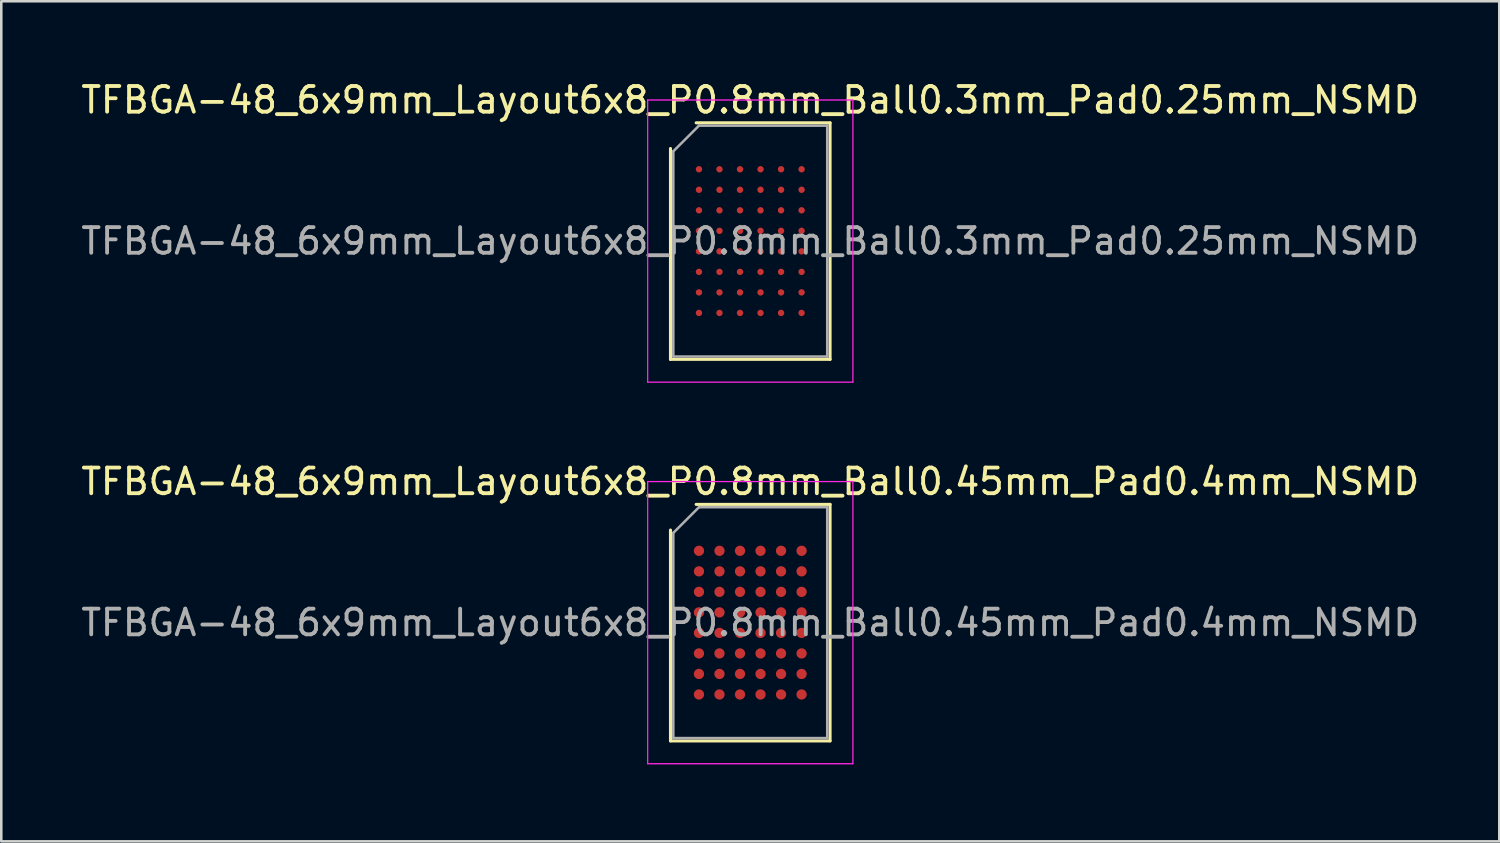
<source format=kicad_pcb>
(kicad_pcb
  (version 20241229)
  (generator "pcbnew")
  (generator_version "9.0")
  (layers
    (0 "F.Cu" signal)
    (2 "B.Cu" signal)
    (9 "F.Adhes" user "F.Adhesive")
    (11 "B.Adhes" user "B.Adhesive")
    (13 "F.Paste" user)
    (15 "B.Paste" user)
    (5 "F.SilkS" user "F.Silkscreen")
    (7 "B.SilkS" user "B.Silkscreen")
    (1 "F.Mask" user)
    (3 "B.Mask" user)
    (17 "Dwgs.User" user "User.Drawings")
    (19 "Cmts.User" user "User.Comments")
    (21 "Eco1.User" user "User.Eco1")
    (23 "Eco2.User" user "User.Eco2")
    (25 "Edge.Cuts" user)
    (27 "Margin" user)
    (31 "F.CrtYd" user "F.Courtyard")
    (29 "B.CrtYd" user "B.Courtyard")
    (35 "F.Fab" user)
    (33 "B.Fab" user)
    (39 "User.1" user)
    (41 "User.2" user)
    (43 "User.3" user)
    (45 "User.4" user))
  (footprint "TFBGA-48_6x9mm_Layout6x8_P0.8mm_Ball0.45mm_Pad0.4mm_NSMD"
    (layer "F.Cu")
    (at 26.196 21.221)
    (property "Reference" "TFBGA-48_6x9mm_Layout6x8_P0.8mm_Ball0.45mm_Pad0.4mm_NSMD" (at 0 -5.5 0) (layer "F.SilkS") (effects (font (size 1 1) (thickness 0.15))))
    (attr smd)
    (fp_line (start -3.11 4.61) (end -3.11 -3.61) (stroke (width 0.12) (type solid)) (layer "F.SilkS"))
    (fp_line (start -2.11 -4.61) (end 3.11 -4.61) (stroke (width 0.12) (type solid)) (layer "F.SilkS"))
    (fp_line (start 3.11 -4.61) (end 3.11 4.61) (stroke (width 0.12) (type solid)) (layer "F.SilkS"))
    (fp_line (start 3.11 4.61) (end -3.11 4.61) (stroke (width 0.12) (type solid)) (layer "F.SilkS"))
    (fp_line (start -4 -5.5) (end -4 5.5) (stroke (width 0.05) (type solid)) (layer "F.CrtYd"))
    (fp_line (start -4 5.5) (end 4 5.5) (stroke (width 0.05) (type solid)) (layer "F.CrtYd"))
    (fp_line (start 4 -5.5) (end -4 -5.5) (stroke (width 0.05) (type solid)) (layer "F.CrtYd"))
    (fp_line (start 4 5.5) (end 4 -5.5) (stroke (width 0.05) (type solid)) (layer "F.CrtYd"))
    (fp_line (start -3 -3.5) (end -2 -4.5) (stroke (width 0.1) (type solid)) (layer "F.Fab"))
    (fp_line (start -3 4.5) (end -3 -3.5) (stroke (width 0.1) (type solid)) (layer "F.Fab"))
    (fp_line (start -2 -4.5) (end 3 -4.5) (stroke (width 0.1) (type solid)) (layer "F.Fab"))
    (fp_line (start 3 -4.5) (end 3 4.5) (stroke (width 0.1) (type solid)) (layer "F.Fab"))
    (fp_line (start 3 4.5) (end -3 4.5) (stroke (width 0.1) (type solid)) (layer "F.Fab"))
    (fp_text user "${REFERENCE}" (at 0 0 0) (layer "F.Fab") (effects (font (size 1 1) (thickness 0.15))))
    (pad "A1" smd circle (at -2 -2.8) (size 0.4 0.4) (layers "F.Cu" "F.Mask" "F.Paste"))
    (pad "A2" smd circle (at -1.2 -2.8) (size 0.4 0.4) (layers "F.Cu" "F.Mask" "F.Paste"))
    (pad "A3" smd circle (at -0.4 -2.8) (size 0.4 0.4) (layers "F.Cu" "F.Mask" "F.Paste"))
    (pad "A4" smd circle (at 0.4 -2.8) (size 0.4 0.4) (layers "F.Cu" "F.Mask" "F.Paste"))
    (pad "A5" smd circle (at 1.2 -2.8) (size 0.4 0.4) (layers "F.Cu" "F.Mask" "F.Paste"))
    (pad "A6" smd circle (at 2 -2.8) (size 0.4 0.4) (layers "F.Cu" "F.Mask" "F.Paste"))
    (pad "B1" smd circle (at -2 -2) (size 0.4 0.4) (layers "F.Cu" "F.Mask" "F.Paste"))
    (pad "B2" smd circle (at -1.2 -2) (size 0.4 0.4) (layers "F.Cu" "F.Mask" "F.Paste"))
    (pad "B3" smd circle (at -0.4 -2) (size 0.4 0.4) (layers "F.Cu" "F.Mask" "F.Paste"))
    (pad "B4" smd circle (at 0.4 -2) (size 0.4 0.4) (layers "F.Cu" "F.Mask" "F.Paste"))
    (pad "B5" smd circle (at 1.2 -2) (size 0.4 0.4) (layers "F.Cu" "F.Mask" "F.Paste"))
    (pad "B6" smd circle (at 2 -2) (size 0.4 0.4) (layers "F.Cu" "F.Mask" "F.Paste"))
    (pad "C1" smd circle (at -2 -1.2) (size 0.4 0.4) (layers "F.Cu" "F.Mask" "F.Paste"))
    (pad "C2" smd circle (at -1.2 -1.2) (size 0.4 0.4) (layers "F.Cu" "F.Mask" "F.Paste"))
    (pad "C3" smd circle (at -0.4 -1.2) (size 0.4 0.4) (layers "F.Cu" "F.Mask" "F.Paste"))
    (pad "C4" smd circle (at 0.4 -1.2) (size 0.4 0.4) (layers "F.Cu" "F.Mask" "F.Paste"))
    (pad "C5" smd circle (at 1.2 -1.2) (size 0.4 0.4) (layers "F.Cu" "F.Mask" "F.Paste"))
    (pad "C6" smd circle (at 2 -1.2) (size 0.4 0.4) (layers "F.Cu" "F.Mask" "F.Paste"))
    (pad "D1" smd circle (at -2 -0.4) (size 0.4 0.4) (layers "F.Cu" "F.Mask" "F.Paste"))
    (pad "D2" smd circle (at -1.2 -0.4) (size 0.4 0.4) (layers "F.Cu" "F.Mask" "F.Paste"))
    (pad "D3" smd circle (at -0.4 -0.4) (size 0.4 0.4) (layers "F.Cu" "F.Mask" "F.Paste"))
    (pad "D4" smd circle (at 0.4 -0.4) (size 0.4 0.4) (layers "F.Cu" "F.Mask" "F.Paste"))
    (pad "D5" smd circle (at 1.2 -0.4) (size 0.4 0.4) (layers "F.Cu" "F.Mask" "F.Paste"))
    (pad "D6" smd circle (at 2 -0.4) (size 0.4 0.4) (layers "F.Cu" "F.Mask" "F.Paste"))
    (pad "E1" smd circle (at -2 0.4) (size 0.4 0.4) (layers "F.Cu" "F.Mask" "F.Paste"))
    (pad "E2" smd circle (at -1.2 0.4) (size 0.4 0.4) (layers "F.Cu" "F.Mask" "F.Paste"))
    (pad "E3" smd circle (at -0.4 0.4) (size 0.4 0.4) (layers "F.Cu" "F.Mask" "F.Paste"))
    (pad "E4" smd circle (at 0.4 0.4) (size 0.4 0.4) (layers "F.Cu" "F.Mask" "F.Paste"))
    (pad "E5" smd circle (at 1.2 0.4) (size 0.4 0.4) (layers "F.Cu" "F.Mask" "F.Paste"))
    (pad "E6" smd circle (at 2 0.4) (size 0.4 0.4) (layers "F.Cu" "F.Mask" "F.Paste"))
    (pad "F1" smd circle (at -2 1.2) (size 0.4 0.4) (layers "F.Cu" "F.Mask" "F.Paste"))
    (pad "F2" smd circle (at -1.2 1.2) (size 0.4 0.4) (layers "F.Cu" "F.Mask" "F.Paste"))
    (pad "F3" smd circle (at -0.4 1.2) (size 0.4 0.4) (layers "F.Cu" "F.Mask" "F.Paste"))
    (pad "F4" smd circle (at 0.4 1.2) (size 0.4 0.4) (layers "F.Cu" "F.Mask" "F.Paste"))
    (pad "F5" smd circle (at 1.2 1.2) (size 0.4 0.4) (layers "F.Cu" "F.Mask" "F.Paste"))
    (pad "F6" smd circle (at 2 1.2) (size 0.4 0.4) (layers "F.Cu" "F.Mask" "F.Paste"))
    (pad "G1" smd circle (at -2 2) (size 0.4 0.4) (layers "F.Cu" "F.Mask" "F.Paste"))
    (pad "G2" smd circle (at -1.2 2) (size 0.4 0.4) (layers "F.Cu" "F.Mask" "F.Paste"))
    (pad "G3" smd circle (at -0.4 2) (size 0.4 0.4) (layers "F.Cu" "F.Mask" "F.Paste"))
    (pad "G4" smd circle (at 0.4 2) (size 0.4 0.4) (layers "F.Cu" "F.Mask" "F.Paste"))
    (pad "G5" smd circle (at 1.2 2) (size 0.4 0.4) (layers "F.Cu" "F.Mask" "F.Paste"))
    (pad "G6" smd circle (at 2 2) (size 0.4 0.4) (layers "F.Cu" "F.Mask" "F.Paste"))
    (pad "H1" smd circle (at -2 2.8) (size 0.4 0.4) (layers "F.Cu" "F.Mask" "F.Paste"))
    (pad "H2" smd circle (at -1.2 2.8) (size 0.4 0.4) (layers "F.Cu" "F.Mask" "F.Paste"))
    (pad "H3" smd circle (at -0.4 2.8) (size 0.4 0.4) (layers "F.Cu" "F.Mask" "F.Paste"))
    (pad "H4" smd circle (at 0.4 2.8) (size 0.4 0.4) (layers "F.Cu" "F.Mask" "F.Paste"))
    (pad "H5" smd circle (at 1.2 2.8) (size 0.4 0.4) (layers "F.Cu" "F.Mask" "F.Paste"))
    (pad "H6" smd circle (at 2 2.8) (size 0.4 0.4) (layers "F.Cu" "F.Mask" "F.Paste")))
  (footprint "TFBGA-48_6x9mm_Layout6x8_P0.8mm_Ball0.3mm_Pad0.25mm_NSMD"
    (layer "F.Cu")
    (at 26.196 6.348)
    (property "Reference" "TFBGA-48_6x9mm_Layout6x8_P0.8mm_Ball0.3mm_Pad0.25mm_NSMD" (at 0 -5.5 0) (layer "F.SilkS") (effects (font (size 1 1) (thickness 0.15))))
    (attr smd)
    (fp_line (start -3.11 4.61) (end -3.11 -3.61) (stroke (width 0.12) (type solid)) (layer "F.SilkS"))
    (fp_line (start -2.11 -4.61) (end 3.11 -4.61) (stroke (width 0.12) (type solid)) (layer "F.SilkS"))
    (fp_line (start 3.11 -4.61) (end 3.11 4.61) (stroke (width 0.12) (type solid)) (layer "F.SilkS"))
    (fp_line (start 3.11 4.61) (end -3.11 4.61) (stroke (width 0.12) (type solid)) (layer "F.SilkS"))
    (fp_line (start -4 -5.5) (end -4 5.5) (stroke (width 0.05) (type solid)) (layer "F.CrtYd"))
    (fp_line (start -4 5.5) (end 4 5.5) (stroke (width 0.05) (type solid)) (layer "F.CrtYd"))
    (fp_line (start 4 -5.5) (end -4 -5.5) (stroke (width 0.05) (type solid)) (layer "F.CrtYd"))
    (fp_line (start 4 5.5) (end 4 -5.5) (stroke (width 0.05) (type solid)) (layer "F.CrtYd"))
    (fp_line (start -3 -3.5) (end -2 -4.5) (stroke (width 0.1) (type solid)) (layer "F.Fab"))
    (fp_line (start -3 4.5) (end -3 -3.5) (stroke (width 0.1) (type solid)) (layer "F.Fab"))
    (fp_line (start -2 -4.5) (end 3 -4.5) (stroke (width 0.1) (type solid)) (layer "F.Fab"))
    (fp_line (start 3 -4.5) (end 3 4.5) (stroke (width 0.1) (type solid)) (layer "F.Fab"))
    (fp_line (start 3 4.5) (end -3 4.5) (stroke (width 0.1) (type solid)) (layer "F.Fab"))
    (fp_text user "${REFERENCE}" (at 0 0 0) (layer "F.Fab") (effects (font (size 1 1) (thickness 0.15))))
    (pad "A1" smd circle (at -2 -2.8) (size 0.25 0.25) (layers "F.Cu" "F.Mask" "F.Paste"))
    (pad "A2" smd circle (at -1.2 -2.8) (size 0.25 0.25) (layers "F.Cu" "F.Mask" "F.Paste"))
    (pad "A3" smd circle (at -0.4 -2.8) (size 0.25 0.25) (layers "F.Cu" "F.Mask" "F.Paste"))
    (pad "A4" smd circle (at 0.4 -2.8) (size 0.25 0.25) (layers "F.Cu" "F.Mask" "F.Paste"))
    (pad "A5" smd circle (at 1.2 -2.8) (size 0.25 0.25) (layers "F.Cu" "F.Mask" "F.Paste"))
    (pad "A6" smd circle (at 2 -2.8) (size 0.25 0.25) (layers "F.Cu" "F.Mask" "F.Paste"))
    (pad "B1" smd circle (at -2 -2) (size 0.25 0.25) (layers "F.Cu" "F.Mask" "F.Paste"))
    (pad "B2" smd circle (at -1.2 -2) (size 0.25 0.25) (layers "F.Cu" "F.Mask" "F.Paste"))
    (pad "B3" smd circle (at -0.4 -2) (size 0.25 0.25) (layers "F.Cu" "F.Mask" "F.Paste"))
    (pad "B4" smd circle (at 0.4 -2) (size 0.25 0.25) (layers "F.Cu" "F.Mask" "F.Paste"))
    (pad "B5" smd circle (at 1.2 -2) (size 0.25 0.25) (layers "F.Cu" "F.Mask" "F.Paste"))
    (pad "B6" smd circle (at 2 -2) (size 0.25 0.25) (layers "F.Cu" "F.Mask" "F.Paste"))
    (pad "C1" smd circle (at -2 -1.2) (size 0.25 0.25) (layers "F.Cu" "F.Mask" "F.Paste"))
    (pad "C2" smd circle (at -1.2 -1.2) (size 0.25 0.25) (layers "F.Cu" "F.Mask" "F.Paste"))
    (pad "C3" smd circle (at -0.4 -1.2) (size 0.25 0.25) (layers "F.Cu" "F.Mask" "F.Paste"))
    (pad "C4" smd circle (at 0.4 -1.2) (size 0.25 0.25) (layers "F.Cu" "F.Mask" "F.Paste"))
    (pad "C5" smd circle (at 1.2 -1.2) (size 0.25 0.25) (layers "F.Cu" "F.Mask" "F.Paste"))
    (pad "C6" smd circle (at 2 -1.2) (size 0.25 0.25) (layers "F.Cu" "F.Mask" "F.Paste"))
    (pad "D1" smd circle (at -2 -0.4) (size 0.25 0.25) (layers "F.Cu" "F.Mask" "F.Paste"))
    (pad "D2" smd circle (at -1.2 -0.4) (size 0.25 0.25) (layers "F.Cu" "F.Mask" "F.Paste"))
    (pad "D3" smd circle (at -0.4 -0.4) (size 0.25 0.25) (layers "F.Cu" "F.Mask" "F.Paste"))
    (pad "D4" smd circle (at 0.4 -0.4) (size 0.25 0.25) (layers "F.Cu" "F.Mask" "F.Paste"))
    (pad "D5" smd circle (at 1.2 -0.4) (size 0.25 0.25) (layers "F.Cu" "F.Mask" "F.Paste"))
    (pad "D6" smd circle (at 2 -0.4) (size 0.25 0.25) (layers "F.Cu" "F.Mask" "F.Paste"))
    (pad "E1" smd circle (at -2 0.4) (size 0.25 0.25) (layers "F.Cu" "F.Mask" "F.Paste"))
    (pad "E2" smd circle (at -1.2 0.4) (size 0.25 0.25) (layers "F.Cu" "F.Mask" "F.Paste"))
    (pad "E3" smd circle (at -0.4 0.4) (size 0.25 0.25) (layers "F.Cu" "F.Mask" "F.Paste"))
    (pad "E4" smd circle (at 0.4 0.4) (size 0.25 0.25) (layers "F.Cu" "F.Mask" "F.Paste"))
    (pad "E5" smd circle (at 1.2 0.4) (size 0.25 0.25) (layers "F.Cu" "F.Mask" "F.Paste"))
    (pad "E6" smd circle (at 2 0.4) (size 0.25 0.25) (layers "F.Cu" "F.Mask" "F.Paste"))
    (pad "F1" smd circle (at -2 1.2) (size 0.25 0.25) (layers "F.Cu" "F.Mask" "F.Paste"))
    (pad "F2" smd circle (at -1.2 1.2) (size 0.25 0.25) (layers "F.Cu" "F.Mask" "F.Paste"))
    (pad "F3" smd circle (at -0.4 1.2) (size 0.25 0.25) (layers "F.Cu" "F.Mask" "F.Paste"))
    (pad "F4" smd circle (at 0.4 1.2) (size 0.25 0.25) (layers "F.Cu" "F.Mask" "F.Paste"))
    (pad "F5" smd circle (at 1.2 1.2) (size 0.25 0.25) (layers "F.Cu" "F.Mask" "F.Paste"))
    (pad "F6" smd circle (at 2 1.2) (size 0.25 0.25) (layers "F.Cu" "F.Mask" "F.Paste"))
    (pad "G1" smd circle (at -2 2) (size 0.25 0.25) (layers "F.Cu" "F.Mask" "F.Paste"))
    (pad "G2" smd circle (at -1.2 2) (size 0.25 0.25) (layers "F.Cu" "F.Mask" "F.Paste"))
    (pad "G3" smd circle (at -0.4 2) (size 0.25 0.25) (layers "F.Cu" "F.Mask" "F.Paste"))
    (pad "G4" smd circle (at 0.4 2) (size 0.25 0.25) (layers "F.Cu" "F.Mask" "F.Paste"))
    (pad "G5" smd circle (at 1.2 2) (size 0.25 0.25) (layers "F.Cu" "F.Mask" "F.Paste"))
    (pad "G6" smd circle (at 2 2) (size 0.25 0.25) (layers "F.Cu" "F.Mask" "F.Paste"))
    (pad "H1" smd circle (at -2 2.8) (size 0.25 0.25) (layers "F.Cu" "F.Mask" "F.Paste"))
    (pad "H2" smd circle (at -1.2 2.8) (size 0.25 0.25) (layers "F.Cu" "F.Mask" "F.Paste"))
    (pad "H3" smd circle (at -0.4 2.8) (size 0.25 0.25) (layers "F.Cu" "F.Mask" "F.Paste"))
    (pad "H4" smd circle (at 0.4 2.8) (size 0.25 0.25) (layers "F.Cu" "F.Mask" "F.Paste"))
    (pad "H5" smd circle (at 1.2 2.8) (size 0.25 0.25) (layers "F.Cu" "F.Mask" "F.Paste"))
    (pad "H6" smd circle (at 2 2.8) (size 0.25 0.25) (layers "F.Cu" "F.Mask" "F.Paste")))
  (gr_rect
    (start -3 -3)
    (end 55.393 29.747)
    (stroke (width 0.1) (type default))
    (fill no)
    (layer "Edge.Cuts")))
</source>
